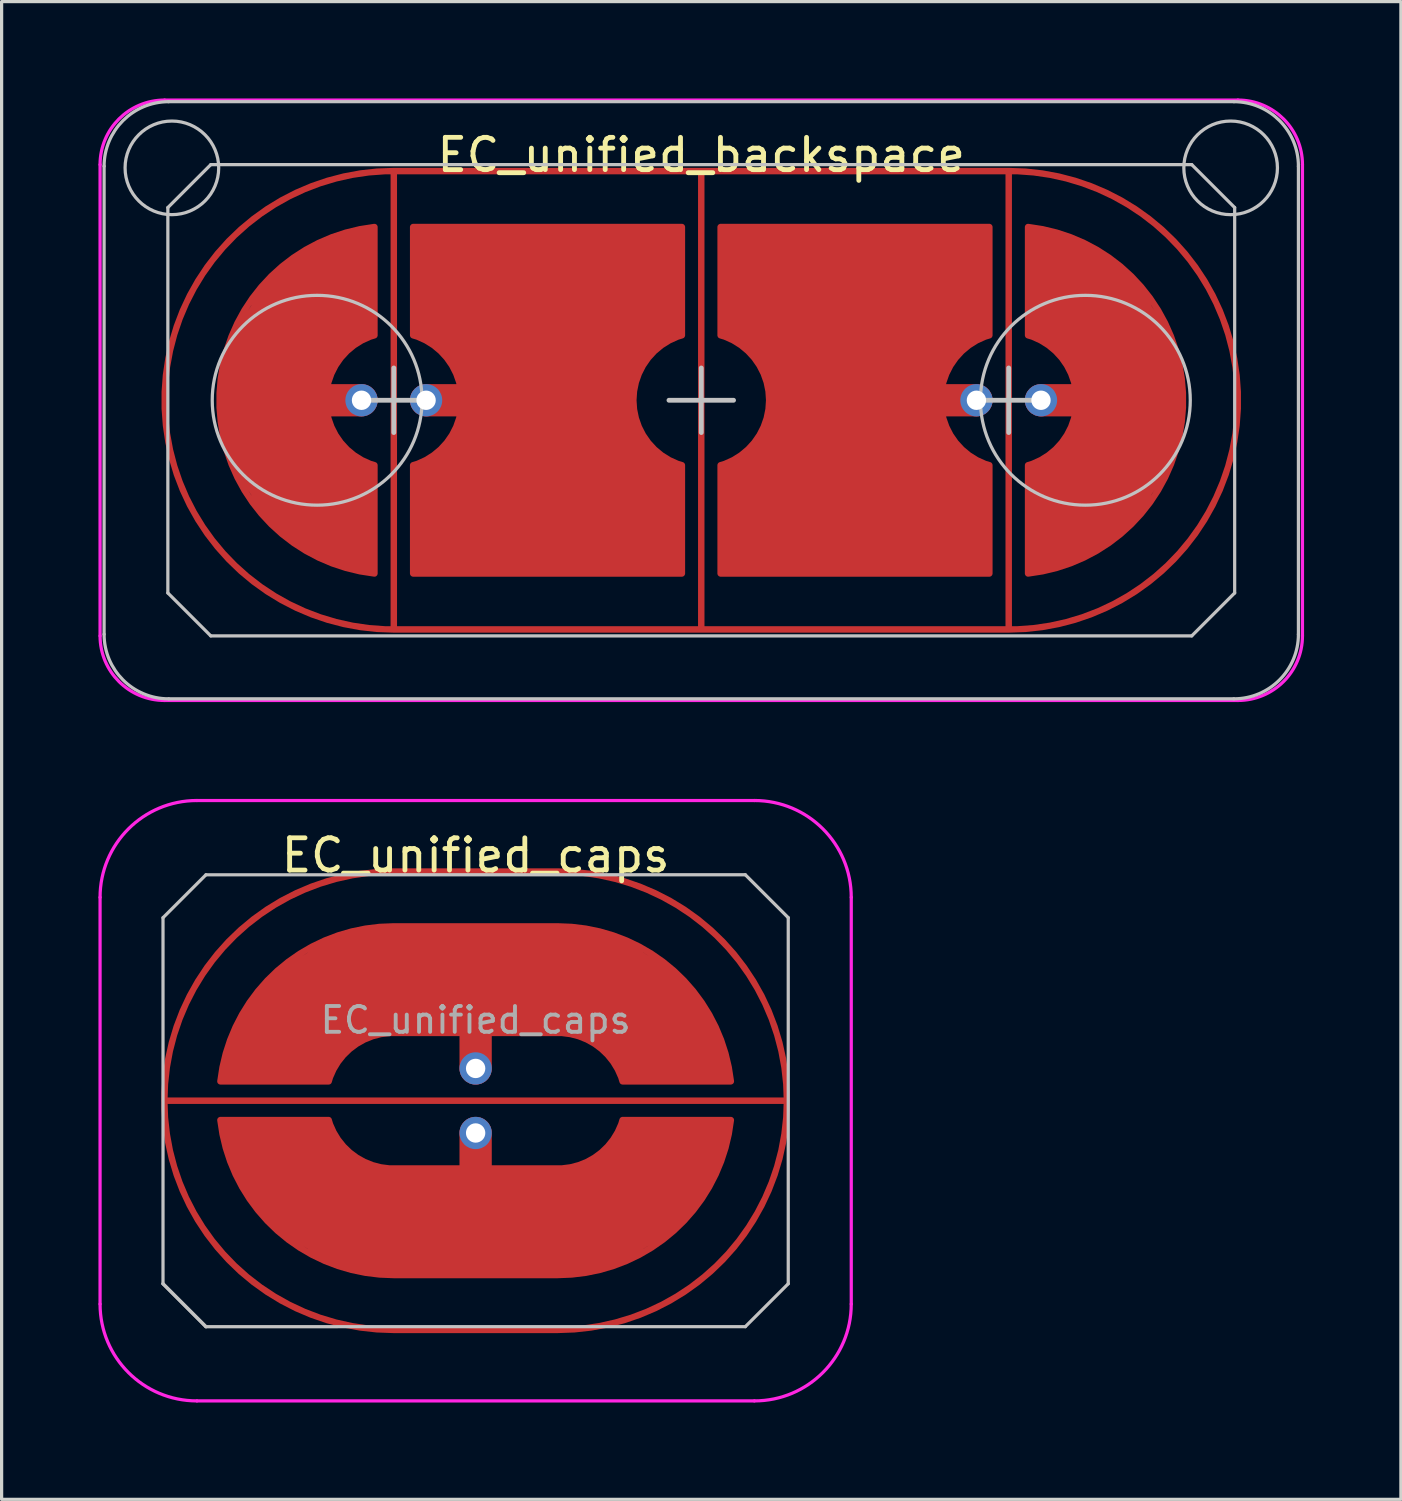
<source format=kicad_pcb>
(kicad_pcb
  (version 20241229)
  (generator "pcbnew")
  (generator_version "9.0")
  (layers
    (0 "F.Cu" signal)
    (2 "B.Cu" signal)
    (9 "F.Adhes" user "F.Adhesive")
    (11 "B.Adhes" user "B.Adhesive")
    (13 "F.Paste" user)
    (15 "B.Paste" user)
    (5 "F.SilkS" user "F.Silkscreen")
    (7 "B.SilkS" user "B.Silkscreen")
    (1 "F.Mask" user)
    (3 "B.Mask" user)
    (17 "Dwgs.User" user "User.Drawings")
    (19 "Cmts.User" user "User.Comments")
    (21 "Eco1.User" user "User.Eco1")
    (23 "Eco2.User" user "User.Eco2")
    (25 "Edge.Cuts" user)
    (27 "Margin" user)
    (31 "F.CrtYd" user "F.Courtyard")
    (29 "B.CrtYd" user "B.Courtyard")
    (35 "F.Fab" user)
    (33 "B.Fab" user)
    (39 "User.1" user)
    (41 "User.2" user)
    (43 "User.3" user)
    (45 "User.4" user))
  (footprint "EC_unified_caps"
    (layer "F.Cu")
    (at 11.685 31.05)
    (property "Reference" "EC_unified_caps" (at 0 -7.6 0) (layer "F.SilkS") (effects (font (size 1 1) (thickness 0.15))))
    (attr through_hole)
    (fp_line (start -9.685 -5.669) (end -8.355 -6.999) (stroke (width 0.1) (type solid)) (layer "Dwgs.User"))
    (fp_line (start -9.685 5.671) (end -9.685 -5.669) (stroke (width 0.1) (type solid)) (layer "Dwgs.User"))
    (fp_line (start -9.685 5.671) (end -8.355 7.001) (stroke (width 0.1) (type solid)) (layer "Dwgs.User"))
    (fp_line (start -8.355 -6.999) (end 8.355 -7) (stroke (width 0.1) (type solid)) (layer "Dwgs.User"))
    (fp_line (start -8.355 7.001) (end -9.685 5.671) (stroke (width 0.1) (type solid)) (layer "Dwgs.User"))
    (fp_line (start -8.355 7.001) (end 8.355 7) (stroke (width 0.1) (type solid)) (layer "Dwgs.User"))
    (fp_line (start 8.355 -7) (end 9.685 -5.67) (stroke (width 0.1) (type solid)) (layer "Dwgs.User"))
    (fp_line (start 9.685 -5.67) (end 9.685 5.67) (stroke (width 0.1) (type solid)) (layer "Dwgs.User"))
    (fp_line (start 9.685 5.67) (end 8.355 7) (stroke (width 0.1) (type solid)) (layer "Dwgs.User"))
    (fp_line (start -11.635 6.3) (end -11.635 -6.3) (stroke (width 0.1) (type solid)) (layer "F.CrtYd"))
    (fp_line (start 8.637 -9.3) (end -8.635 -9.3) (stroke (width 0.1) (type solid)) (layer "F.CrtYd"))
    (fp_line (start 8.637 9.3) (end -8.635 9.3) (stroke (width 0.1) (type solid)) (layer "F.CrtYd"))
    (fp_line (start 11.637 -6.3) (end 11.637 6.3) (stroke (width 0.1) (type solid)) (layer "F.CrtYd"))
    (fp_arc (start -11.63503 -6.3) (mid -10.75635 -8.42132) (end -8.63503 -9.3) (stroke (width 0.1) (type solid)) (layer "F.CrtYd"))
    (fp_arc (start -8.63503 9.3) (mid -10.75635 8.42132) (end -11.63503 6.3) (stroke (width 0.1) (type solid)) (layer "F.CrtYd"))
    (fp_arc (start 8.636842 -9.3) (mid 10.758162 -8.42132) (end 11.636842 -6.3) (stroke (width 0.1) (type solid)) (layer "F.CrtYd"))
    (fp_arc (start 11.636842 6.3) (mid 10.758162 8.42132) (end 8.636842 9.3) (stroke (width 0.1) (type solid)) (layer "F.CrtYd"))
    (fp_text user "${REFERENCE}" (at 0 -2.498 0) (layer "F.Fab") (effects (font (size 0.8 0.8) (thickness 0.12))))
    (pad "1" smd custom (at 0 -7.1) (size 0.2 0.2) (layers "F.Cu") (options (anchor circle)) (primitives (gr_line (start -2.54 0) (end 2.54 0) (width 0.2)) (gr_arc (start 2.54 0) (mid 9.64 7.1) (end 2.54 14.2) (width 0.2)) (gr_line (start -9.64 7.1) (end 9.64 7.1) (width 0.2)) (gr_arc (start -2.54 14.2) (mid -9.64 7.1) (end -2.54 0) (width 0.2)) (gr_line (start -2.54 14.2) (end 2.54 14.2) (width 0.2))))
    (pad "2" smd custom (at 0 -4.1 270) (size 0.2 0.2) (layers "F.Cu") (options (anchor circle)) (primitives (gr_rect (start -1.3 -2.54) (end 2 2.54) (width 0.2) (fill yes)) (gr_arc (start 3.5 4.55246) (mid 2.416255 3.794989) (end 2.000001 2.54) (width 0.2)) (gr_arc (start 3.499999 7.906562) (mid 0.075078 6.139999) (end -1.299999 2.54) (width 0.2)) (gr_line (start 3.5 4.552) (end 3.5 7.907) (width 0.2)) (gr_poly (pts (xy 3.1 7.84) (xy 2.1 7.54) (xy 1.1 7.04) (xy 0.1 6.14) (xy -0.9 4.54) (xy -1.2 3.54) (xy -1.3 2.54) (xy 2 2.54) (xy 2.2 3.54) (xy 3.1 4.34) (xy 3.5 4.552) (xy 3.5 7.907)) (width 0) (fill yes)) (gr_line (start 3.1 0) (end 0.6 0) (width 1)) (gr_arc (start -1.299999 -2.54) (mid 0.073782 -6.138549) (end 3.496134 -7.906128) (width 0.2)) (gr_line (start 3.5 -4.552) (end 3.5 -7.907) (width 0.2)) (gr_arc (start 2.000001 -2.54) (mid 2.415194 -3.793565) (end 3.496598 -4.551443) (width 0.2)) (gr_poly (pts (xy -1.3 -2.54) (xy -1.2 -3.54) (xy -0.9 -4.54) (xy 0.1 -6.14) (xy 1.1 -7.04) (xy 2.1 -7.54) (xy 3.1 -7.84) (xy 3.5 -7.907) (xy 3.5 -4.552) (xy 3.1 -4.34) (xy 2.2 -3.54) (xy 2 -2.54)) (width 0) (fill yes))))
    (pad "2" thru_hole circle (at 0 -1 270) (size 1 1) (drill 0.6) (layers "*.Cu" "B.Mask"))
    (pad "3" thru_hole circle (at 0 1 270) (size 1 1) (drill 0.6) (layers "*.Cu" "B.Mask"))
    (pad "3" smd circle (at 0 2.247 270) (size 0.2 0.2) (layers "F.Cu"))
    (pad "3" smd custom (at 0 4.1 90) (size 0.2 0.2) (layers "F.Cu") (options (anchor circle)) (primitives (gr_rect (start -1.3 -2.54) (end 2 2.54) (width 0.2) (fill yes)) (gr_arc (start 3.5 4.55246) (mid 2.416255 3.794989) (end 2.000001 2.54) (width 0.2)) (gr_arc (start 3.499999 7.906562) (mid 0.075078 6.139999) (end -1.299999 2.54) (width 0.2)) (gr_line (start 3.5 4.552) (end 3.5 7.907) (width 0.2)) (gr_poly (pts (xy 3.1 7.84) (xy 2.1 7.54) (xy 1.1 7.04) (xy 0.1 6.14) (xy -0.9 4.54) (xy -1.2 3.54) (xy -1.3 2.54) (xy 2 2.54) (xy 2.2 3.54) (xy 3.1 4.34) (xy 3.5 4.552) (xy 3.5 7.907)) (width 0) (fill yes)) (gr_line (start 3.1 0) (end 0.6 0) (width 1)) (gr_arc (start -1.299999 -2.54) (mid 0.073782 -6.138549) (end 3.496134 -7.906128) (width 0.2)) (gr_line (start 3.5 -4.552) (end 3.5 -7.907) (width 0.2)) (gr_arc (start 2.000001 -2.54) (mid 2.415194 -3.793565) (end 3.496598 -4.551443) (width 0.2)) (gr_poly (pts (xy -1.3 -2.54) (xy -1.2 -3.54) (xy -0.9 -4.54) (xy 0.1 -6.14) (xy 1.1 -7.04) (xy 2.1 -7.54) (xy 3.1 -7.84) (xy 3.5 -7.907) (xy 3.5 -4.552) (xy 3.1 -4.34) (xy 2.2 -3.54) (xy 2 -2.54)) (width 0) (fill yes))))
    (zone (net_name "") (layer "F.Cu") (hatch edge 0.508) (connect_pads) (min_thickness 0.254) (filled_areas_thickness no) (keepout (tracks allowed) (vias allowed) (pads allowed) (copperpour not_allowed) (footprints allowed)) (placement (enabled no)) (fill) (polygon (pts (xy 14.225 23.95) (xy 15.225 24.05) (xy 16.125 24.25) (xy 17.225 24.65) (xy 18.225 25.15) (xy 19.225 25.95) (xy 20.125 27.05) (xy 20.625 28.05) (xy 21.025 29.05) (xy 21.225 30.05) (xy 21.325 31.05) (xy 21.225 32.05) (xy 21.025 33.05) (xy 20.625 34.05) (xy 20.125 35.05) (xy 19.225 36.05) (xy 18.685 36.55) (xy 18.225 36.95) (xy 17.225 37.45) (xy 16.225 37.85) (xy 15.225 38.05) (xy 14.225 38.15) (xy 9.145 38.15) (xy 8.145 38.05) (xy 7.145 37.85) (xy 6.145 37.45) (xy 5.345 37.05) (xy 4.045 36.05) (xy 3.245 35.05) (xy 2.645 34.05) (xy 2.345 33.05) (xy 2.145 32.05) (xy 2.045 31.05) (xy 2.145 30.05) (xy 2.345 29.05) (xy 2.745 28.05) (xy 3.245 27.05) (xy 4.145 26.05) (xy 5.145 25.15) (xy 6.145 24.65) (xy 7.145 24.25) (xy 8.145 24.05) (xy 9.145 23.95)))))
  (footprint "EC_unified_backspace"
    (layer "F.Cu")
    (at 18.675 9.35)
    (property "Reference" "EC_unified_backspace" (at 0 -7.6 0) (layer "F.SilkS") (effects (font (size 1 1) (thickness 0.15))))
    (attr through_hole)
    (fp_line (start -18.5 7.25) (end -18.5 -7.25) (stroke (width 0.1) (type solid)) (layer "Dwgs.User"))
    (fp_line (start -16.525 -5.97) (end -15.195 -7.3) (stroke (width 0.1) (type solid)) (layer "Dwgs.User"))
    (fp_line (start -16.525 5.97) (end -16.525 -5.97) (stroke (width 0.1) (type solid)) (layer "Dwgs.User"))
    (fp_line (start -15.195 -7.3) (end 15.195 -7.3) (stroke (width 0.1) (type solid)) (layer "Dwgs.User"))
    (fp_line (start -15.195 7.3) (end -16.525 5.97) (stroke (width 0.1) (type solid)) (layer "Dwgs.User"))
    (fp_line (start -10.525 0) (end -8.525 0) (stroke (width 0.15) (type default)) (layer "Dwgs.User"))
    (fp_line (start -9.525 -1) (end -9.525 1) (stroke (width 0.15) (type default)) (layer "Dwgs.User"))
    (fp_line (start -1 0) (end 1 0) (stroke (width 0.15) (type default)) (layer "Dwgs.User"))
    (fp_line (start 0 1) (end 0 -1) (stroke (width 0.15) (type default)) (layer "Dwgs.User"))
    (fp_line (start 8.525 0) (end 10.525 0) (stroke (width 0.15) (type default)) (layer "Dwgs.User"))
    (fp_line (start 9.525 -1) (end 9.525 1) (stroke (width 0.15) (type default)) (layer "Dwgs.User"))
    (fp_line (start 15.195 -7.3) (end 16.525 -5.97) (stroke (width 0.1) (type solid)) (layer "Dwgs.User"))
    (fp_line (start 15.195 7.3) (end -15.195 7.3) (stroke (width 0.1) (type solid)) (layer "Dwgs.User"))
    (fp_line (start 16.5 -9.25) (end -16.5 -9.25) (stroke (width 0.1) (type solid)) (layer "Dwgs.User"))
    (fp_line (start 16.5 9.25) (end -16.5 9.25) (stroke (width 0.1) (type solid)) (layer "Dwgs.User"))
    (fp_line (start 16.525 -5.97) (end 16.525 5.97) (stroke (width 0.1) (type solid)) (layer "Dwgs.User"))
    (fp_line (start 16.525 5.97) (end 15.195 7.3) (stroke (width 0.1) (type solid)) (layer "Dwgs.User"))
    (fp_line (start 18.5 -7.25) (end 18.5 7.25) (stroke (width 0.1) (type solid)) (layer "Dwgs.User"))
    (fp_arc (start -18.5 -7.25) (mid -17.914214 -8.664214) (end -16.5 -9.25) (stroke (width 0.1) (type solid)) (layer "Dwgs.User"))
    (fp_arc (start -16.5 9.25) (mid -17.914214 8.664214) (end -18.5 7.25) (stroke (width 0.1) (type solid)) (layer "Dwgs.User"))
    (fp_arc (start 16.5 -9.25) (mid 17.914214 -8.664214) (end 18.5 -7.25) (stroke (width 0.1) (type solid)) (layer "Dwgs.User"))
    (fp_arc (start 18.5 7.25) (mid 17.914214 8.664214) (end 16.5 9.25) (stroke (width 0.1) (type solid)) (layer "Dwgs.User"))
    (fp_circle (center -16.4 -7.2) (end -17.85 -7.2) (stroke (width 0.1) (type solid)) (fill no) (layer "Dwgs.User"))
    (fp_circle (center -11.9 0) (end -15.15 0) (stroke (width 0.1) (type solid)) (fill no) (layer "Dwgs.User"))
    (fp_circle (center 11.9 0) (end 8.65 0) (stroke (width 0.1) (type solid)) (fill no) (layer "Dwgs.User"))
    (fp_circle (center 16.4 -7.2) (end 14.95 -7.2) (stroke (width 0.1) (type solid)) (fill no) (layer "Dwgs.User"))
    (fp_line (start -18.625 7.3) (end -18.625 -7.3) (stroke (width 0.1) (type solid)) (layer "F.CrtYd"))
    (fp_line (start 16.625 -9.3) (end -16.625 -9.3) (stroke (width 0.1) (type solid)) (layer "F.CrtYd"))
    (fp_line (start 16.625 9.3) (end -16.625 9.3) (stroke (width 0.1) (type solid)) (layer "F.CrtYd"))
    (fp_line (start 18.625 -7.3) (end 18.625 7.3) (stroke (width 0.1) (type solid)) (layer "F.CrtYd"))
    (fp_arc (start -18.625 -7.3) (mid -18.039214 -8.714214) (end -16.625 -9.3) (stroke (width 0.1) (type solid)) (layer "F.CrtYd"))
    (fp_arc (start -16.625 9.3) (mid -18.039214 8.714214) (end -18.625 7.3) (stroke (width 0.1) (type solid)) (layer "F.CrtYd"))
    (fp_arc (start 16.625 -9.3) (mid 18.039214 -8.714214) (end 18.625 -7.3) (stroke (width 0.1) (type solid)) (layer "F.CrtYd"))
    (fp_arc (start 18.625 7.3) (mid 18.039214 8.714214) (end 16.625 9.3) (stroke (width 0.1) (type solid)) (layer "F.CrtYd"))
    (pad "" smd circle (at -10.525 0 180) (size 0.55 0.55) (layers "F.Mask"))
    (pad "" smd circle (at -8.525 0 180) (size 0.55 0.55) (layers "F.Mask"))
    (pad "" smd circle (at 8.525 0 180) (size 0.55 0.55) (layers "F.Mask"))
    (pad "" smd circle (at 10.525 0 180) (size 0.55 0.55) (layers "F.Mask"))
    (pad "1" smd custom (at 9.525 0 270) (size 0.2 0.2) (layers "F.Cu") (options (anchor circle)) (primitives (gr_line (start 7.1 0) (end -7.1 0) (width 0.2)) (gr_arc (start -7.1 0) (mid 0 -7.1) (end 7.1 0) (width 0.2)) (gr_line (start -7.1 0) (end -7.1 19.05) (width 0.2)) (gr_line (start 7.1 9.525) (end -7.1 9.525) (width 0.2)) (gr_arc (start 7.1 19.05) (mid 0 26.15) (end -7.1 19.05) (width 0.2)) (gr_line (start 7.1 19.05) (end -7.1 19.05) (width 0.2)) (gr_line (start 7.1 0) (end 7.1 19.05) (width 0.2))))
    (pad "2" smd custom (at -13.625 0) (size 0.2 0.2) (layers "F.Cu") (options (anchor circle)) (primitives (gr_poly (pts (xy 3.1 5.3) (xy 2.1 5) (xy 1.1 4.5) (xy 0.1 3.6) (xy -0.9 2) (xy -1.2 1) (xy -1.3 0) (xy -1.2 -1) (xy -0.9 -2) (xy 0.1 -3.6) (xy 1.1 -4.5) (xy 2.1 -5) (xy 3.1 -5.3) (xy 3.5 -5.367) (xy 3.5 -2.012) (xy 3.1 -1.8) (xy 2.2 -1) (xy 2 0) (xy 2.2 1) (xy 3.1 1.8) (xy 3.5 2.012) (xy 3.5 5.367)) (width 0) (fill yes)) (gr_arc (start 3.5 2.01246) (mid 2.000002 0.001775) (end 3.496598 -2.011443) (width 0.2)) (gr_arc (start 3.5 5.366562) (mid -1.299999 0.001944) (end 3.496136 -5.366129) (width 0.2)) (gr_line (start 3.5 -2.012) (end 3.5 -5.367) (width 0.2)) (gr_line (start 3.5 2.012) (end 3.5 5.367) (width 0.2)) (gr_line (start 3.1 0) (end 0.6 0) (width 1))))
    (pad "2" thru_hole circle (at -10.525 0) (size 1 1) (drill 0.6) (layers "*.Cu" "B.Mask"))
    (pad "3" thru_hole circle (at -8.525 0) (size 1 1) (drill 0.6) (layers "*.Cu" "B.Mask"))
    (pad "3" smd custom (at -4.1 0 180) (size 0.2 0.2) (layers "F.Cu") (options (anchor circle)) (primitives (gr_arc (start 4.825 5.366562) (mid 0.025001 0.001944) (end 4.821136 -5.366129) (width 0.2)) (gr_line (start -3.5 -5.367) (end 4.825 -5.367) (width 0.2)) (gr_line (start -3.5 -2.012) (end -3.5 -5.367) (width 0.2)) (gr_line (start 4.825 -2.012) (end 4.825 -5.367) (width 0.2)) (gr_line (start 4.825 -5.367) (end 4.825 -2.012) (width 0.2)) (gr_line (start -3.5 -2.012) (end -3.5 -5.367) (width 0.2)) (gr_line (start 4.825 5.367) (end -3.5 5.367) (width 0.2)) (gr_line (start -3.5 5.367) (end -3.5 2.012) (width 0.2)) (gr_line (start 4.825 2.012) (end 4.825 5.367) (width 0.2)) (gr_arc (start -3.5 -2.01246) (mid -2.000002 -0.001775) (end -3.496598 2.011443) (width 0.2)) (gr_arc (start 4.825 2.01246) (mid 3.325002 0.001775) (end 4.821598 -2.011443) (width 0.2)) (gr_line (start 1.925 0) (end 4.425 0) (width 1)) (gr_line (start 4.825 2.012) (end 4.825 5.367) (width 0.2)) (gr_poly (pts (xy -3.496 5.366) (xy -3.5 2.012) (xy -3.1 1.8) (xy -2.2 1) (xy -2 -0.002) (xy -2.2 -1) (xy -3.1 -1.8) (xy -3.5 -2.012) (xy -3.5 -5.367) (xy 4.825 -5.367) (xy 4.825 -2.012) (xy 4.425 -1.8) (xy 3.525 -1) (xy 3.325 0) (xy 3.525 1) (xy 4.425 1.8) (xy 4.825 2.012) (xy 4.825 5.367)) (width 0) (fill yes)) (gr_arc (start -3.5 -5.366562) (mid 1.299999 -0.001944) (end -3.496136 5.366129) (width 0.2)) (gr_line (start -3.5 2.012) (end -3.5 5.367) (width 0.2))))
    (pad "4" smd custom (at 4.1 0) (size 0.2 0.2) (layers "F.Cu") (options (anchor circle)) (primitives (gr_poly (pts (xy -3.496 5.366) (xy -3.5 2.012) (xy -3.1 1.8) (xy -2.2 1) (xy -2 -0.002) (xy -2.2 -1) (xy -3.1 -1.8) (xy -3.5 -2.012) (xy -3.5 -5.367) (xy 4.825 -5.367) (xy 4.825 -2.012) (xy 4.425 -1.8) (xy 3.525 -1) (xy 3.325 0) (xy 3.525 1) (xy 4.425 1.8) (xy 4.825 2.012) (xy 4.825 5.367)) (width 0) (fill yes)) (gr_line (start -3.5 5.367) (end -3.5 2.012) (width 0.2)) (gr_line (start 4.825 2.012) (end 4.825 5.367) (width 0.2)) (gr_line (start 4.825 5.367) (end -3.5 5.367) (width 0.2)) (gr_line (start 4.825 2.012) (end 4.825 5.367) (width 0.2)) (gr_line (start -3.5 2.012) (end -3.5 5.367) (width 0.2)) (gr_line (start 4.825 -5.367) (end 4.825 -2.012) (width 0.2)) (gr_line (start -3.5 -5.367) (end 4.825 -5.367) (width 0.2)) (gr_line (start -3.5 -2.012) (end -3.5 -5.367) (width 0.2)) (gr_arc (start -3.5 -2.01246) (mid -2.000002 -0.001775) (end -3.496598 2.011443) (width 0.2)) (gr_arc (start -3.5 -5.366562) (mid 1.299999 -0.001944) (end -3.496136 5.366129) (width 0.2)) (gr_line (start -3.5 -2.012) (end -3.5 -5.367) (width 0.2)) (gr_line (start 1.925 0) (end 4.425 0) (width 1)) (gr_arc (start 4.825 2.01246) (mid 3.325002 0.001775) (end 4.821598 -2.011443) (width 0.2)) (gr_line (start 4.825 -2.012) (end 4.825 -5.367) (width 0.2)) (gr_arc (start 4.825 5.366562) (mid 0.025001 0.001944) (end 4.821136 -5.366129) (width 0.2))))
    (pad "4" thru_hole circle (at 8.525 0 180) (size 1 1) (drill 0.6) (layers "*.Cu" "B.Mask"))
    (pad "5" thru_hole circle (at 10.525 0 180) (size 1 1) (drill 0.6) (layers "*.Cu" "B.Mask"))
    (pad "5" smd custom (at 13.625 0 180) (size 0.2 0.2) (layers "F.Cu") (options (anchor circle)) (primitives (gr_poly (pts (xy 3.1 5.3) (xy 2.1 5) (xy 1.1 4.5) (xy 0.1 3.6) (xy -0.9 2) (xy -1.2 1) (xy -1.3 0) (xy -1.2 -1) (xy -0.9 -2) (xy 0.1 -3.6) (xy 1.1 -4.5) (xy 2.1 -5) (xy 3.1 -5.3) (xy 3.5 -5.367) (xy 3.5 -2.012) (xy 3.1 -1.8) (xy 2.2 -1) (xy 2 0) (xy 2.2 1) (xy 3.1 1.8) (xy 3.5 2.012) (xy 3.5 5.367)) (width 0) (fill yes)) (gr_line (start 3.1 0) (end 0.6 0) (width 1)) (gr_line (start 3.5 2.012) (end 3.5 5.367) (width 0.2)) (gr_line (start 3.5 -2.012) (end 3.5 -5.367) (width 0.2)) (gr_arc (start 3.5 5.366562) (mid -1.299999 0.001944) (end 3.496136 -5.366129) (width 0.2)) (gr_arc (start 3.5 2.01246) (mid 2.000002 0.001775) (end 3.496598 -2.011443) (width 0.2))))
    (zone (net_name "") (layers "F.Cu" "B.Cu") (hatch edge 0.508) (connect_pads) (min_thickness 0.254) (filled_areas_thickness no) (keepout (tracks allowed) (vias allowed) (pads allowed) (copperpour not_allowed) (footprints allowed)) (placement (enabled no)) (fill) (polygon (pts (xy 9.15 16.45) (xy 7.15 16.15) (xy 6.15 15.75) (xy 5.15 15.25) (xy 4.15 14.35) (xy 3.25 13.35) (xy 2.75 12.35) (xy 2.35 11.35) (xy 2.15 10.35) (xy 2.05 9.35) (xy 2.15 8.35) (xy 2.35 7.45) (xy 2.75 6.35) (xy 3.25 5.35) (xy 4.05 4.35) (xy 5.15 3.45) (xy 6.15 2.95) (xy 8.15 2.35) (xy 9.15 2.25) (xy 28.2 2.25) (xy 29.2 2.35) (xy 30.2 2.55) (xy 31.2 2.95) (xy 32.2 3.45) (xy 33.2 4.35) (xy 34.1 5.35) (xy 34.6 6.35) (xy 35 7.35) (xy 35.2 8.35) (xy 35.3 9.35) (xy 35.2 10.35) (xy 35 11.25) (xy 34.6 12.35) (xy 34.1 13.35) (xy 33.3 14.35) (xy 32.2 15.25) (xy 31.2 15.75) (xy 30.2 16.15) (xy 29.2 16.35) (xy 28.2 16.45)))))
  (gr_rect
    (start -3 -3)
    (end 40.35 43.4)
    (stroke (width 0.1) (type default))
    (fill no)
    (layer "Edge.Cuts")))
</source>
